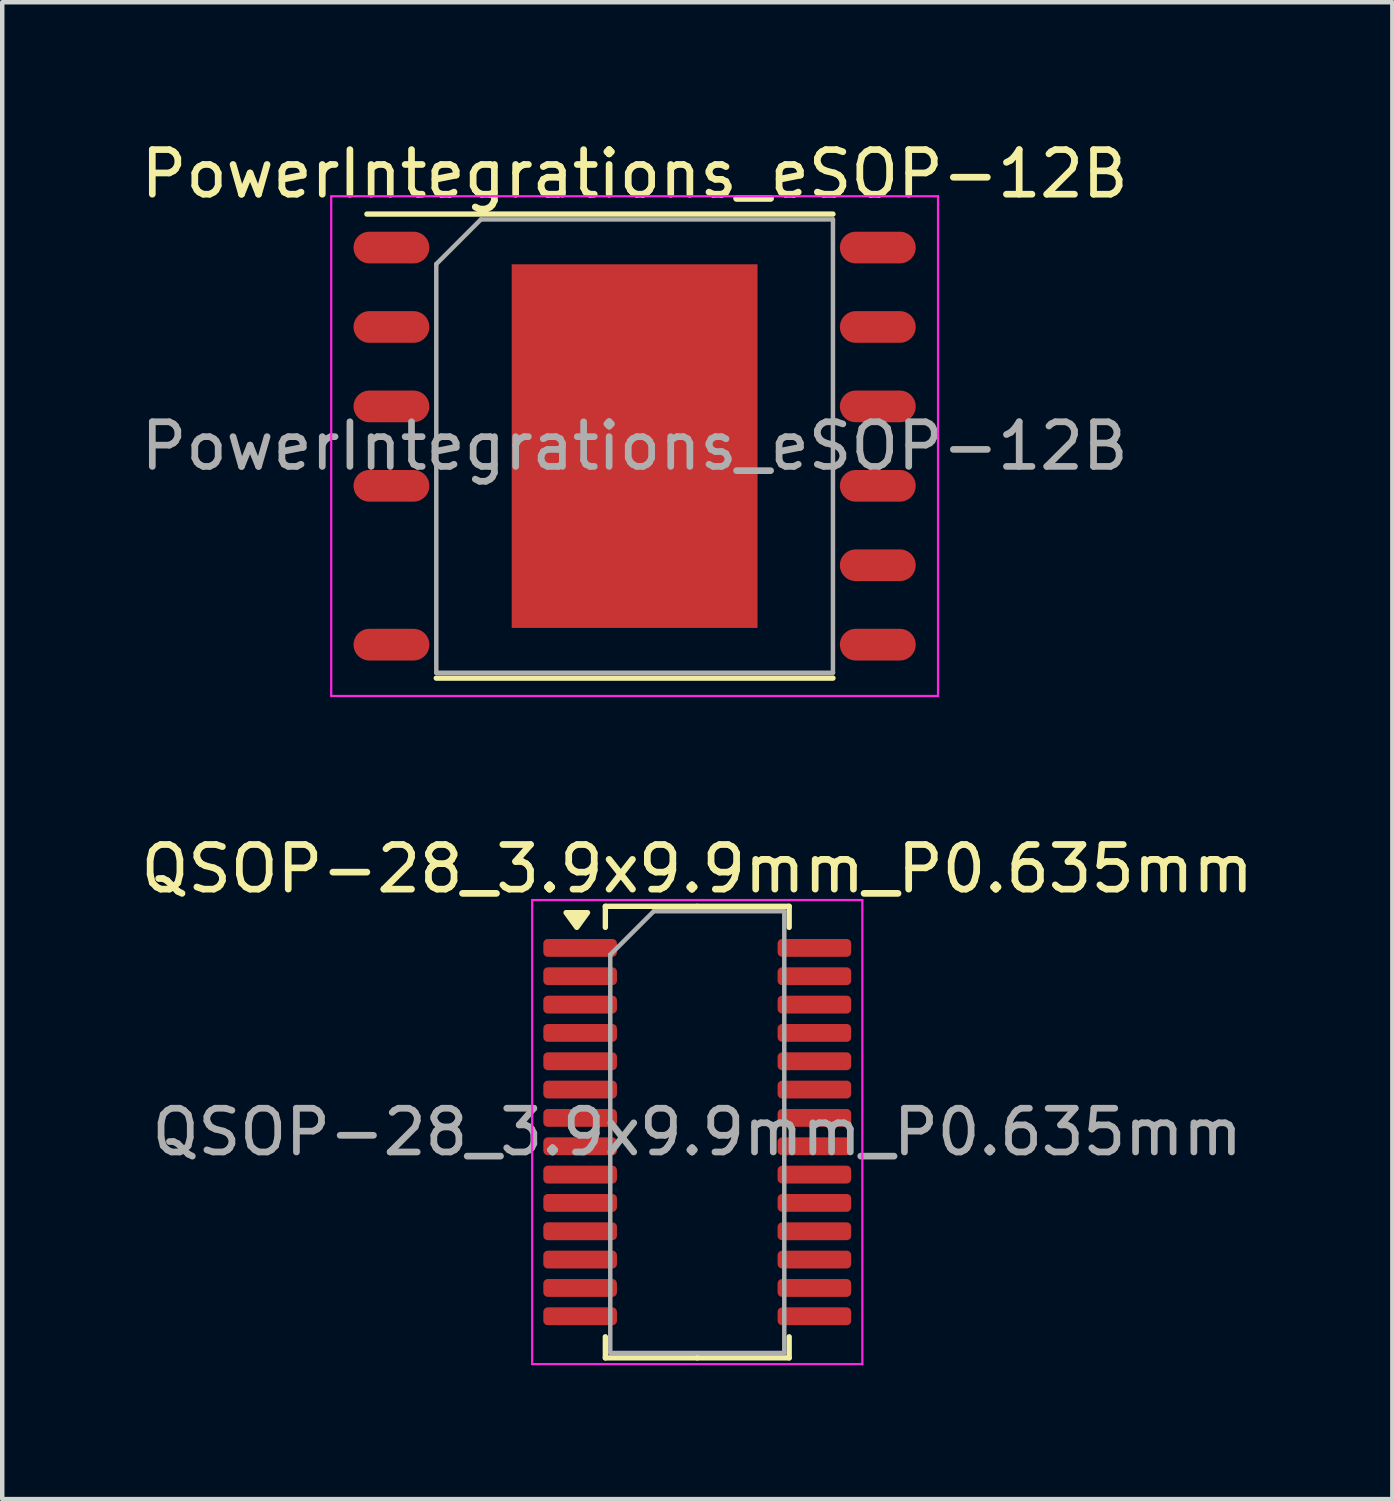
<source format=kicad_pcb>
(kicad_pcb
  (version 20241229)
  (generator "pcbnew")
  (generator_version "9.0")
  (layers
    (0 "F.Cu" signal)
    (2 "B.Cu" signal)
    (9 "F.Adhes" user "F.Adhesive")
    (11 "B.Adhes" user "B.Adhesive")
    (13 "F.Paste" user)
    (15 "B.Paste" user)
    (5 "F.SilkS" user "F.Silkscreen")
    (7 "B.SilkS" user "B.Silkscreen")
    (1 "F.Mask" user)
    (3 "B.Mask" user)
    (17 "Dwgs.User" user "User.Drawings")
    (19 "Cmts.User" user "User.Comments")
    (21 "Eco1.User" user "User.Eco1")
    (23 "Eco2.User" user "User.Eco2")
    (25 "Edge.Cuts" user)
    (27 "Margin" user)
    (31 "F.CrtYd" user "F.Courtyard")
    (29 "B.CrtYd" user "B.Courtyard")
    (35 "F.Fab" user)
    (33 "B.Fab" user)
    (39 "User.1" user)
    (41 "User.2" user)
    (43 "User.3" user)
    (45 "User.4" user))
  (footprint "PowerIntegrations_eSOP-12B"
    (layer "F.Cu")
    (at 11.173 6.948)
    (property "Reference" "PowerIntegrations_eSOP-12B" (at 0 -6.1 0) (layer "F.SilkS") (effects (font (size 1 1) (thickness 0.15))))
    (attr smd)
    (fp_line (start -4.445 5.2) (end 4.445 5.2) (stroke (width 0.12) (type solid)) (layer "F.SilkS"))
    (fp_line (start 4.445 -5.2) (end -6 -5.2) (stroke (width 0.12) (type solid)) (layer "F.SilkS"))
    (fp_line (start -6.8 -5.6) (end 6.8 -5.6) (stroke (width 0.05) (type solid)) (layer "F.CrtYd"))
    (fp_line (start -6.8 5.6) (end -6.8 -5.6) (stroke (width 0.05) (type solid)) (layer "F.CrtYd"))
    (fp_line (start 6.8 -5.6) (end 6.8 5.6) (stroke (width 0.05) (type solid)) (layer "F.CrtYd"))
    (fp_line (start 6.8 5.6) (end -6.8 5.6) (stroke (width 0.05) (type solid)) (layer "F.CrtYd"))
    (fp_line (start -4.445 -4.08) (end -4.445 5.08) (stroke (width 0.1) (type solid)) (layer "F.Fab"))
    (fp_line (start -4.445 -4.08) (end -3.445 -5.08) (stroke (width 0.1) (type solid)) (layer "F.Fab"))
    (fp_line (start -4.445 5.08) (end 4.445 5.08) (stroke (width 0.1) (type solid)) (layer "F.Fab"))
    (fp_line (start 4.445 -5.08) (end -3.445 -5.08) (stroke (width 0.1) (type solid)) (layer "F.Fab"))
    (fp_line (start 4.445 5.08) (end 4.445 -5.08) (stroke (width 0.1) (type solid)) (layer "F.Fab"))
    (fp_text user "${REFERENCE}" (at 0 0 0) (layer "F.Fab") (effects (font (size 1 1) (thickness 0.15))))
    (pad "1" smd oval (at -5.45 -4.45 270) (size 0.71 1.7) (layers "F.Cu" "F.Mask" "F.Paste"))
    (pad "2" smd oval (at -5.45 -2.67 270) (size 0.71 1.7) (layers "F.Cu" "F.Mask" "F.Paste"))
    (pad "3" smd oval (at -5.45 -0.89 270) (size 0.71 1.7) (layers "F.Cu" "F.Mask" "F.Paste"))
    (pad "4" smd oval (at -5.45 0.89 270) (size 0.71 1.7) (layers "F.Cu" "F.Mask" "F.Paste"))
    (pad "6" smd oval (at -5.45 4.45 270) (size 0.71 1.7) (layers "F.Cu" "F.Mask" "F.Paste"))
    (pad "7" smd oval (at 5.45 4.45 270) (size 0.71 1.7) (layers "F.Cu" "F.Mask" "F.Paste"))
    (pad "8" smd oval (at 5.45 2.67 270) (size 0.71 1.7) (layers "F.Cu" "F.Mask" "F.Paste"))
    (pad "9" smd oval (at 5.45 0.89 270) (size 0.71 1.7) (layers "F.Cu" "F.Mask" "F.Paste"))
    (pad "10" smd oval (at 5.45 -0.89 270) (size 0.71 1.7) (layers "F.Cu" "F.Mask" "F.Paste"))
    (pad "11" smd oval (at 5.45 -2.67 270) (size 0.71 1.7) (layers "F.Cu" "F.Mask" "F.Paste"))
    (pad "12" smd oval (at 5.45 -4.45 270) (size 0.71 1.7) (layers "F.Cu" "F.Mask" "F.Paste"))
    (pad "13" smd rect (at 0 0 270) (size 8.15 5.51) (layers "F.Cu" "F.Mask" "F.Paste")))
  (footprint "QSOP-28_3.9x9.9mm_P0.635mm"
    (layer "F.Cu")
    (at 12.577 22.322)
    (property "Reference" "QSOP-28_3.9x9.9mm_P0.635mm" (at 0 -5.9 0) (layer "F.SilkS") (effects (font (size 1 1) (thickness 0.15))))
    (attr smd)
    (fp_line (start -2.06 -5.06) (end -2.06 -4.588) (stroke (width 0.12) (type solid)) (layer "F.SilkS"))
    (fp_line (start -2.06 5.06) (end -2.06 4.588) (stroke (width 0.12) (type solid)) (layer "F.SilkS"))
    (fp_line (start 0 -5.06) (end -2.06 -5.06) (stroke (width 0.12) (type solid)) (layer "F.SilkS"))
    (fp_line (start 0 -5.06) (end 2.06 -5.06) (stroke (width 0.12) (type solid)) (layer "F.SilkS"))
    (fp_line (start 0 5.06) (end -2.06 5.06) (stroke (width 0.12) (type solid)) (layer "F.SilkS"))
    (fp_line (start 0 5.06) (end 2.06 5.06) (stroke (width 0.12) (type solid)) (layer "F.SilkS"))
    (fp_line (start 2.06 -5.06) (end 2.06 -4.588) (stroke (width 0.12) (type solid)) (layer "F.SilkS"))
    (fp_line (start 2.06 5.06) (end 2.06 4.588) (stroke (width 0.12) (type solid)) (layer "F.SilkS"))
    (fp_poly (pts (xy -2.7 -4.588) (xy -2.94 -4.918) (xy -2.46 -4.918) (xy -2.7 -4.588)) (stroke (width 0.12) (type solid)) (fill yes) (layer "F.SilkS"))
    (fp_line (start -3.7 -5.2) (end -3.7 5.2) (stroke (width 0.05) (type solid)) (layer "F.CrtYd"))
    (fp_line (start -3.7 5.2) (end 3.7 5.2) (stroke (width 0.05) (type solid)) (layer "F.CrtYd"))
    (fp_line (start 3.7 -5.2) (end -3.7 -5.2) (stroke (width 0.05) (type solid)) (layer "F.CrtYd"))
    (fp_line (start 3.7 5.2) (end 3.7 -5.2) (stroke (width 0.05) (type solid)) (layer "F.CrtYd"))
    (fp_line (start -1.95 -3.975) (end -0.975 -4.95) (stroke (width 0.1) (type solid)) (layer "F.Fab"))
    (fp_line (start -1.95 4.95) (end -1.95 -3.975) (stroke (width 0.1) (type solid)) (layer "F.Fab"))
    (fp_line (start -0.975 -4.95) (end 1.95 -4.95) (stroke (width 0.1) (type solid)) (layer "F.Fab"))
    (fp_line (start 1.95 -4.95) (end 1.95 4.95) (stroke (width 0.1) (type solid)) (layer "F.Fab"))
    (fp_line (start 1.95 4.95) (end -1.95 4.95) (stroke (width 0.1) (type solid)) (layer "F.Fab"))
    (fp_text user "${REFERENCE}" (at 0 0 0) (layer "F.Fab") (effects (font (size 0.98 0.98) (thickness 0.15))))
    (pad "1" smd roundrect (at -2.625 -4.128) (size 1.65 0.4) (layers "F.Cu" "F.Mask" "F.Paste") (roundrect_rratio 0.25))
    (pad "2" smd roundrect (at -2.625 -3.493) (size 1.65 0.4) (layers "F.Cu" "F.Mask" "F.Paste") (roundrect_rratio 0.25))
    (pad "3" smd roundrect (at -2.625 -2.857) (size 1.65 0.4) (layers "F.Cu" "F.Mask" "F.Paste") (roundrect_rratio 0.25))
    (pad "4" smd roundrect (at -2.625 -2.223) (size 1.65 0.4) (layers "F.Cu" "F.Mask" "F.Paste") (roundrect_rratio 0.25))
    (pad "5" smd roundrect (at -2.625 -1.587) (size 1.65 0.4) (layers "F.Cu" "F.Mask" "F.Paste") (roundrect_rratio 0.25))
    (pad "6" smd roundrect (at -2.625 -0.953) (size 1.65 0.4) (layers "F.Cu" "F.Mask" "F.Paste") (roundrect_rratio 0.25))
    (pad "7" smd roundrect (at -2.625 -0.318) (size 1.65 0.4) (layers "F.Cu" "F.Mask" "F.Paste") (roundrect_rratio 0.25))
    (pad "8" smd roundrect (at -2.625 0.318) (size 1.65 0.4) (layers "F.Cu" "F.Mask" "F.Paste") (roundrect_rratio 0.25))
    (pad "9" smd roundrect (at -2.625 0.953) (size 1.65 0.4) (layers "F.Cu" "F.Mask" "F.Paste") (roundrect_rratio 0.25))
    (pad "10" smd roundrect (at -2.625 1.587) (size 1.65 0.4) (layers "F.Cu" "F.Mask" "F.Paste") (roundrect_rratio 0.25))
    (pad "11" smd roundrect (at -2.625 2.223) (size 1.65 0.4) (layers "F.Cu" "F.Mask" "F.Paste") (roundrect_rratio 0.25))
    (pad "12" smd roundrect (at -2.625 2.857) (size 1.65 0.4) (layers "F.Cu" "F.Mask" "F.Paste") (roundrect_rratio 0.25))
    (pad "13" smd roundrect (at -2.625 3.493) (size 1.65 0.4) (layers "F.Cu" "F.Mask" "F.Paste") (roundrect_rratio 0.25))
    (pad "14" smd roundrect (at -2.625 4.128) (size 1.65 0.4) (layers "F.Cu" "F.Mask" "F.Paste") (roundrect_rratio 0.25))
    (pad "15" smd roundrect (at 2.625 4.128) (size 1.65 0.4) (layers "F.Cu" "F.Mask" "F.Paste") (roundrect_rratio 0.25))
    (pad "16" smd roundrect (at 2.625 3.493) (size 1.65 0.4) (layers "F.Cu" "F.Mask" "F.Paste") (roundrect_rratio 0.25))
    (pad "17" smd roundrect (at 2.625 2.857) (size 1.65 0.4) (layers "F.Cu" "F.Mask" "F.Paste") (roundrect_rratio 0.25))
    (pad "18" smd roundrect (at 2.625 2.223) (size 1.65 0.4) (layers "F.Cu" "F.Mask" "F.Paste") (roundrect_rratio 0.25))
    (pad "19" smd roundrect (at 2.625 1.587) (size 1.65 0.4) (layers "F.Cu" "F.Mask" "F.Paste") (roundrect_rratio 0.25))
    (pad "20" smd roundrect (at 2.625 0.953) (size 1.65 0.4) (layers "F.Cu" "F.Mask" "F.Paste") (roundrect_rratio 0.25))
    (pad "21" smd roundrect (at 2.625 0.318) (size 1.65 0.4) (layers "F.Cu" "F.Mask" "F.Paste") (roundrect_rratio 0.25))
    (pad "22" smd roundrect (at 2.625 -0.318) (size 1.65 0.4) (layers "F.Cu" "F.Mask" "F.Paste") (roundrect_rratio 0.25))
    (pad "23" smd roundrect (at 2.625 -0.953) (size 1.65 0.4) (layers "F.Cu" "F.Mask" "F.Paste") (roundrect_rratio 0.25))
    (pad "24" smd roundrect (at 2.625 -1.587) (size 1.65 0.4) (layers "F.Cu" "F.Mask" "F.Paste") (roundrect_rratio 0.25))
    (pad "25" smd roundrect (at 2.625 -2.223) (size 1.65 0.4) (layers "F.Cu" "F.Mask" "F.Paste") (roundrect_rratio 0.25))
    (pad "26" smd roundrect (at 2.625 -2.857) (size 1.65 0.4) (layers "F.Cu" "F.Mask" "F.Paste") (roundrect_rratio 0.25))
    (pad "27" smd roundrect (at 2.625 -3.493) (size 1.65 0.4) (layers "F.Cu" "F.Mask" "F.Paste") (roundrect_rratio 0.25))
    (pad "28" smd roundrect (at 2.625 -4.128) (size 1.65 0.4) (layers "F.Cu" "F.Mask" "F.Paste") (roundrect_rratio 0.25)))
  (gr_rect
    (start -3 -3)
    (end 28.155 30.547)
    (stroke (width 0.1) (type default))
    (fill no)
    (layer "Edge.Cuts")))
</source>
